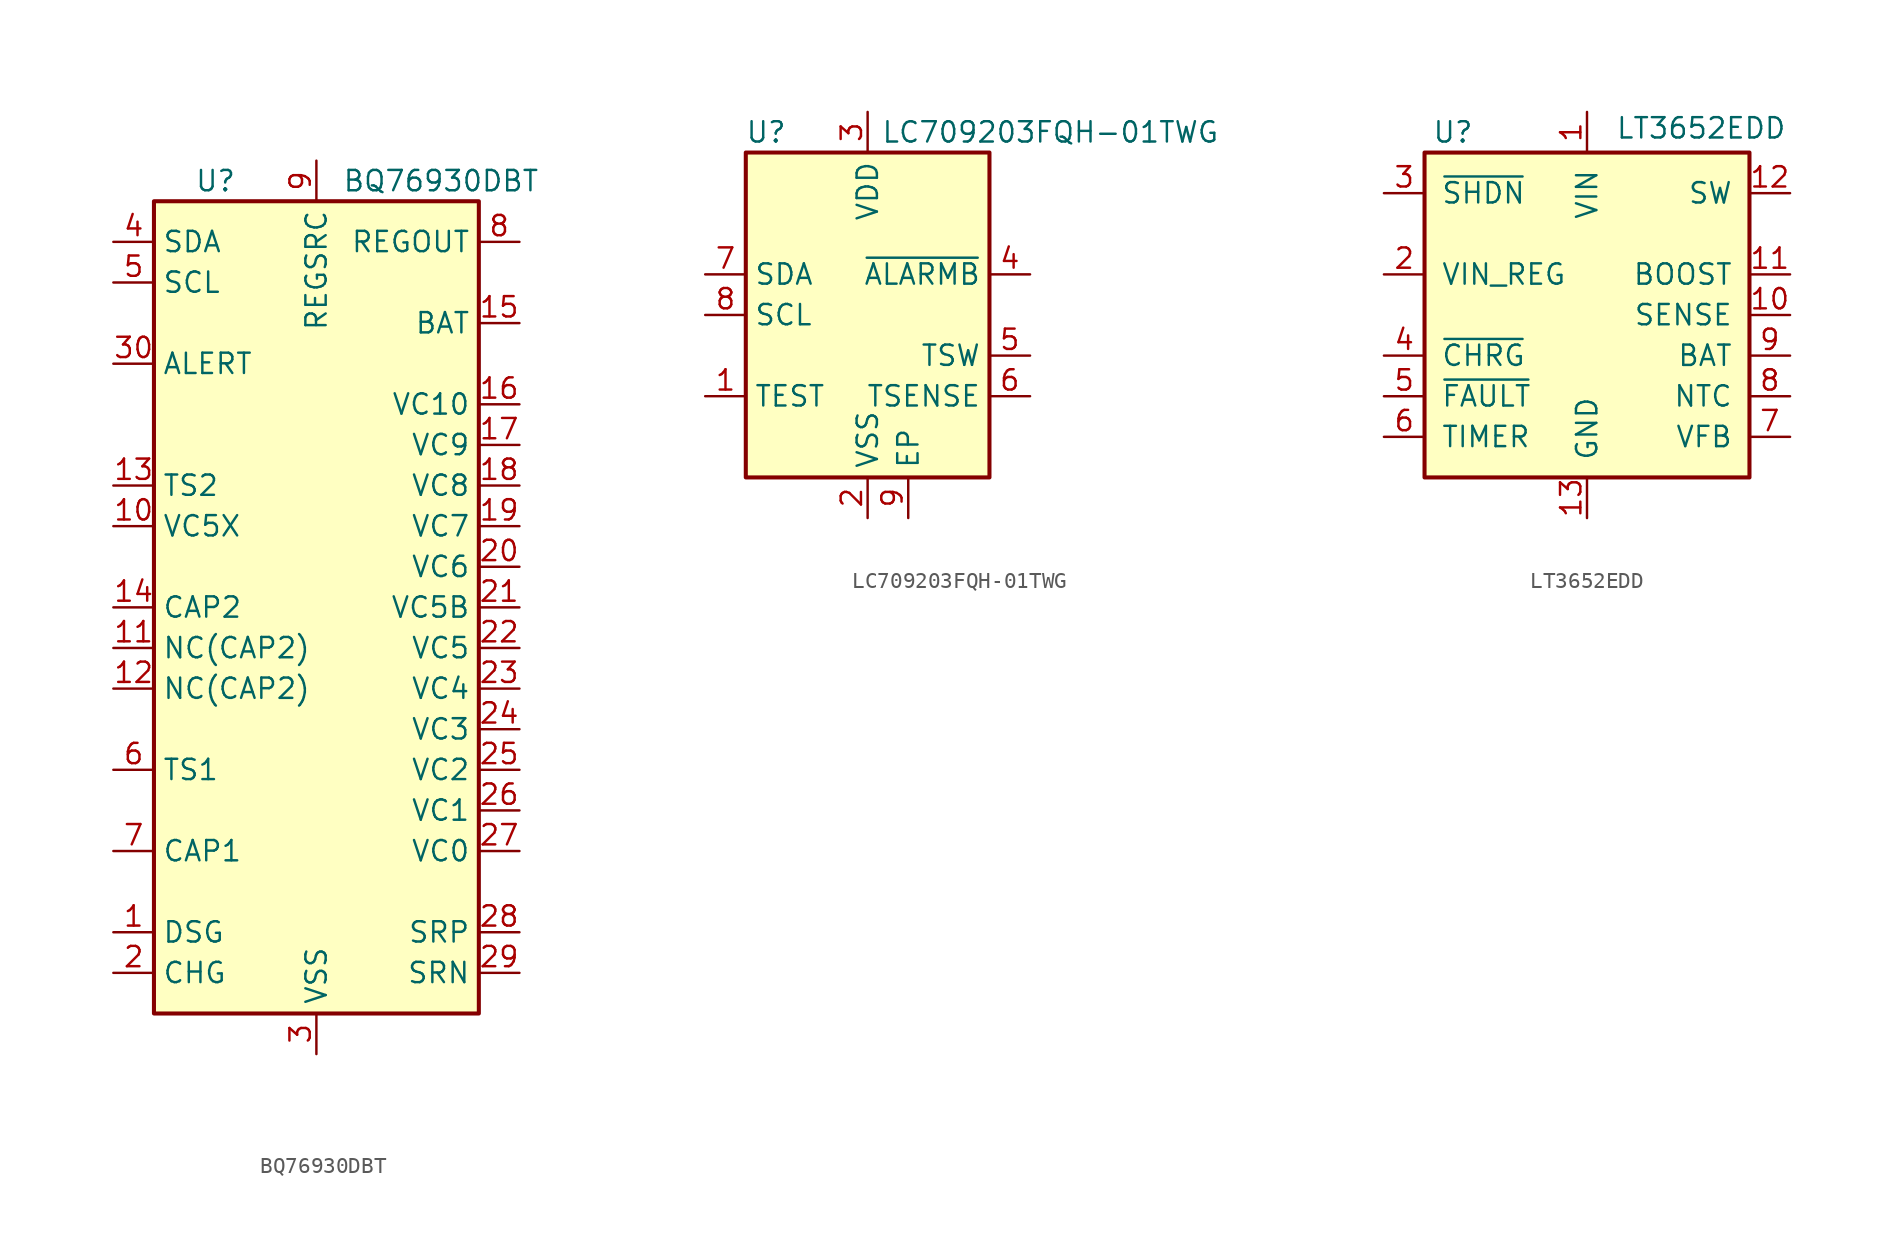
<source format=kicad_sym>
(kicad_symbol_lib
  (version 20211014)
  (generator kicad_symbol_editor)
  (symbol "BQ76930DBT"
    (property "Reference" "U"
      (at -7.62 26.67 0)
      (effects (font (size 1.27 1.27)) (justify left)))
    (property "Value" "BQ76930DBT"
      (at 13.97 26.67 0)
      (effects (font (size 1.27 1.27)) (justify right)))
    (symbol "BQ76930DBT_0_1"
      (rectangle (start -10.16 25.4) (end 10.16 -25.4) (stroke (width 0.254) (type default) (color 0 0 0 0)) (fill (type background))))
    (symbol "BQ76930DBT_1_0"
      (pin passive line (at -12.7 5.08 0) (length 2.54) (name "VC5X" (effects (font (size 1.27 1.27)))) (number "10" (effects (font (size 1.27 1.27)))))
      (pin passive line (at -12.7 -2.54 0) (length 2.54) (name "NC(CAP2)" (effects (font (size 1.27 1.27)))) (number "11" (effects (font (size 1.27 1.27)))))
      (pin passive line (at -12.7 -5.08 0) (length 2.54) (name "NC(CAP2)" (effects (font (size 1.27 1.27)))) (number "12" (effects (font (size 1.27 1.27)))))
      (pin passive line (at -12.7 7.62 0) (length 2.54) (name "TS2" (effects (font (size 1.27 1.27)))) (number "13" (effects (font (size 1.27 1.27)))))
      (pin passive line (at -12.7 0 0) (length 2.54) (name "CAP2" (effects (font (size 1.27 1.27)))) (number "14" (effects (font (size 1.27 1.27)))))
      (pin input line (at 12.7 17.78 180) (length 2.54) (name "BAT" (effects (font (size 1.27 1.27)))) (number "15" (effects (font (size 1.27 1.27)))))
      (pin input line (at 12.7 12.7 180) (length 2.54) (name "VC10" (effects (font (size 1.27 1.27)))) (number "16" (effects (font (size 1.27 1.27)))))
      (pin input line (at 12.7 10.16 180) (length 2.54) (name "VC9" (effects (font (size 1.27 1.27)))) (number "17" (effects (font (size 1.27 1.27)))))
      (pin input line (at 12.7 7.62 180) (length 2.54) (name "VC8" (effects (font (size 1.27 1.27)))) (number "18" (effects (font (size 1.27 1.27)))))
      (pin input line (at 12.7 5.08 180) (length 2.54) (name "VC7" (effects (font (size 1.27 1.27)))) (number "19" (effects (font (size 1.27 1.27)))))
      (pin input line (at 12.7 2.54 180) (length 2.54) (name "VC6" (effects (font (size 1.27 1.27)))) (number "20" (effects (font (size 1.27 1.27)))))
      (pin input line (at 12.7 0 180) (length 2.54) (name "VC5B" (effects (font (size 1.27 1.27)))) (number "21" (effects (font (size 1.27 1.27)))))
      (pin input line (at 12.7 -2.54 180) (length 2.54) (name "VC5" (effects (font (size 1.27 1.27)))) (number "22" (effects (font (size 1.27 1.27)))))
      (pin input line (at 12.7 -5.08 180) (length 2.54) (name "VC4" (effects (font (size 1.27 1.27)))) (number "23" (effects (font (size 1.27 1.27)))))
      (pin input line (at 12.7 -7.62 180) (length 2.54) (name "VC3" (effects (font (size 1.27 1.27)))) (number "24" (effects (font (size 1.27 1.27)))))
      (pin input line (at 12.7 -10.16 180) (length 2.54) (name "VC2" (effects (font (size 1.27 1.27)))) (number "25" (effects (font (size 1.27 1.27)))))
      (pin input line (at 12.7 -12.7 180) (length 2.54) (name "VC1" (effects (font (size 1.27 1.27)))) (number "26" (effects (font (size 1.27 1.27)))))
      (pin input line (at 12.7 -15.24 180) (length 2.54) (name "VC0" (effects (font (size 1.27 1.27)))) (number "27" (effects (font (size 1.27 1.27)))))
      (pin input line (at 12.7 -20.32 180) (length 2.54) (name "SRP" (effects (font (size 1.27 1.27)))) (number "28" (effects (font (size 1.27 1.27)))))
      (pin input line (at 12.7 -22.86 180) (length 2.54) (name "SRN" (effects (font (size 1.27 1.27)))) (number "29" (effects (font (size 1.27 1.27)))))
      (pin bidirectional line (at -12.7 15.24 0) (length 2.54) (name "ALERT" (effects (font (size 1.27 1.27)))) (number "30" (effects (font (size 1.27 1.27)))))
      (pin passive line (at -12.7 -10.16 0) (length 2.54) (name "TS1" (effects (font (size 1.27 1.27)))) (number "6" (effects (font (size 1.27 1.27)))))
      (pin passive line (at -12.7 -15.24 0) (length 2.54) (name "CAP1" (effects (font (size 1.27 1.27)))) (number "7" (effects (font (size 1.27 1.27)))))
      (pin power_out line (at 12.7 22.86 180) (length 2.54) (name "REGOUT" (effects (font (size 1.27 1.27)))) (number "8" (effects (font (size 1.27 1.27)))))
      (pin power_in line (at 0 27.94 270) (length 2.54) (name "REGSRC" (effects (font (size 1.27 1.27)))) (number "9" (effects (font (size 1.27 1.27))))))
    (symbol "BQ76930DBT_1_1"
      (pin output line (at -12.7 -20.32 0) (length 2.54) (name "DSG" (effects (font (size 1.27 1.27)))) (number "1" (effects (font (size 1.27 1.27)))))
      (pin output line (at -12.7 -22.86 0) (length 2.54) (name "CHG" (effects (font (size 1.27 1.27)))) (number "2" (effects (font (size 1.27 1.27)))))
      (pin power_in line (at 0 -27.94 90) (length 2.54) (name "VSS" (effects (font (size 1.27 1.27)))) (number "3" (effects (font (size 1.27 1.27)))))
      (pin bidirectional line (at -12.7 22.86 0) (length 2.54) (name "SDA" (effects (font (size 1.27 1.27)))) (number "4" (effects (font (size 1.27 1.27)))))
      (pin input line (at -12.7 20.32 0) (length 2.54) (name "SCL" (effects (font (size 1.27 1.27)))) (number "5" (effects (font (size 1.27 1.27)))))))
  (symbol "LC709203FQH-01TWG"
    (property "Reference" "U"
      (at -6.35 11.43 0)
      (effects (font (size 1.27 1.27))))
    (property "Value" "LC709203FQH-01TWG"
      (at 11.43 11.43 0)
      (effects (font (size 1.27 1.27))))
    (symbol "LC709203FQH-01TWG_0_1"
      (rectangle (start -7.62 10.16) (end 7.62 -10.16) (stroke (width 0.254) (type default) (color 0 0 0 0)) (fill (type background))))
    (symbol "LC709203FQH-01TWG_1_1"
      (pin input line (at -10.16 -5.08 0) (length 2.54) (name "TEST" (effects (font (size 1.27 1.27)))) (number "1" (effects (font (size 1.27 1.27)))))
      (pin power_in line (at 0 -12.7 90) (length 2.54) (name "VSS" (effects (font (size 1.27 1.27)))) (number "2" (effects (font (size 1.27 1.27)))))
      (pin power_in line (at 0 12.7 270) (length 2.54) (name "VDD" (effects (font (size 1.27 1.27)))) (number "3" (effects (font (size 1.27 1.27)))))
      (pin open_collector line (at 10.16 2.54 180) (length 2.54) (name "~{ALARMB}" (effects (font (size 1.27 1.27)))) (number "4" (effects (font (size 1.27 1.27)))))
      (pin output line (at 10.16 -2.54 180) (length 2.54) (name "TSW" (effects (font (size 1.27 1.27)))) (number "5" (effects (font (size 1.27 1.27)))))
      (pin input line (at 10.16 -5.08 180) (length 2.54) (name "TSENSE" (effects (font (size 1.27 1.27)))) (number "6" (effects (font (size 1.27 1.27)))))
      (pin bidirectional line (at -10.16 2.54 0) (length 2.54) (name "SDA" (effects (font (size 1.27 1.27)))) (number "7" (effects (font (size 1.27 1.27)))))
      (pin input line (at -10.16 0 0) (length 2.54) (name "SCL" (effects (font (size 1.27 1.27)))) (number "8" (effects (font (size 1.27 1.27)))))
      (pin passive line (at 2.54 -12.7 90) (length 2.54) (name "EP" (effects (font (size 1.27 1.27)))) (number "9" (effects (font (size 1.27 1.27)))))))
  (symbol "LT3652EDD"
    (pin_names
      (offset 1.016))
    (property "Reference" "U"
      (at -8.382 11.43 0)
      (effects (font (size 1.27 1.27))))
    (property "Value" "LT3652EDD"
      (at 1.778 11.684 0)
      (effects (font (size 1.27 1.27)) (justify left)))
    (symbol "LT3652EDD_0_1"
      (rectangle (start -10.16 10.16) (end 10.16 -10.16) (stroke (width 0.254) (type default) (color 0 0 0 0)) (fill (type background))))
    (symbol "LT3652EDD_1_1"
      (pin power_in line (at 0 12.7 270) (length 2.54) (name "VIN" (effects (font (size 1.27 1.27)))) (number "1" (effects (font (size 1.27 1.27)))))
      (pin input line (at 12.7 0 180) (length 2.54) (name "SENSE" (effects (font (size 1.27 1.27)))) (number "10" (effects (font (size 1.27 1.27)))))
      (pin input line (at 12.7 2.54 180) (length 2.54) (name "BOOST" (effects (font (size 1.27 1.27)))) (number "11" (effects (font (size 1.27 1.27)))))
      (pin output line (at 12.7 7.62 180) (length 2.54) (name "SW" (effects (font (size 1.27 1.27)))) (number "12" (effects (font (size 1.27 1.27)))))
      (pin power_in line (at 0 -12.7 90) (length 2.54) (name "GND" (effects (font (size 1.27 1.27)))) (number "13" (effects (font (size 1.27 1.27)))))
      (pin input line (at -12.7 2.54 0) (length 2.54) (name "VIN_REG" (effects (font (size 1.27 1.27)))) (number "2" (effects (font (size 1.27 1.27)))))
      (pin input line (at -12.7 7.62 0) (length 2.54) (name "~{SHDN}" (effects (font (size 1.27 1.27)))) (number "3" (effects (font (size 1.27 1.27)))))
      (pin open_collector line (at -12.7 -2.54 0) (length 2.54) (name "~{CHRG}" (effects (font (size 1.27 1.27)))) (number "4" (effects (font (size 1.27 1.27)))))
      (pin open_collector line (at -12.7 -5.08 0) (length 2.54) (name "~{FAULT}" (effects (font (size 1.27 1.27)))) (number "5" (effects (font (size 1.27 1.27)))))
      (pin output line (at -12.7 -7.62 0) (length 2.54) (name "TIMER" (effects (font (size 1.27 1.27)))) (number "6" (effects (font (size 1.27 1.27)))))
      (pin input line (at 12.7 -7.62 180) (length 2.54) (name "VFB" (effects (font (size 1.27 1.27)))) (number "7" (effects (font (size 1.27 1.27)))))
      (pin input line (at 12.7 -5.08 180) (length 2.54) (name "NTC" (effects (font (size 1.27 1.27)))) (number "8" (effects (font (size 1.27 1.27)))))
      (pin output line (at 12.7 -2.54 180) (length 2.54) (name "BAT" (effects (font (size 1.27 1.27)))) (number "9" (effects (font (size 1.27 1.27))))))))
</source>
